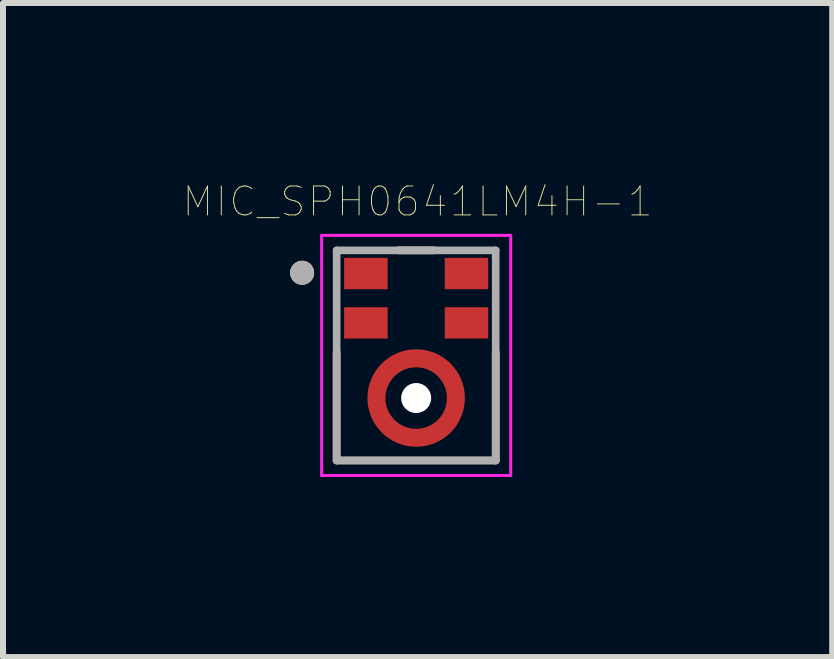
<source format=kicad_pcb>
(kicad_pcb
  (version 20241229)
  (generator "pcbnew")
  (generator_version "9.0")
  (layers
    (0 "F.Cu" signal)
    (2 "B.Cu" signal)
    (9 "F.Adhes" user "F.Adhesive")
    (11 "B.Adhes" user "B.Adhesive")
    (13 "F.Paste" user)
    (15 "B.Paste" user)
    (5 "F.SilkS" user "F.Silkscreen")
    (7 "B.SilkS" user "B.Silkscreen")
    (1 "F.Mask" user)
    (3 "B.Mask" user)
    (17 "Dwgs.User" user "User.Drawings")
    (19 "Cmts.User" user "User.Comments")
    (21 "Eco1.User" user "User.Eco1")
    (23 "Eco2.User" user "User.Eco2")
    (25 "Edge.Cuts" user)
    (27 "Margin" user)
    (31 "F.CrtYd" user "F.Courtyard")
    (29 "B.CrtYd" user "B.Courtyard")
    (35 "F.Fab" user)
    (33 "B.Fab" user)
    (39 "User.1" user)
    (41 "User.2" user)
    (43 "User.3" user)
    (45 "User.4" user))
  (footprint "MIC_SPH0641LM4H-1"
    (layer "F.Cu")
    (at 3.883 2.871)
    (property "Reference" "MIC_SPH0641LM4H-1" (at 0.024 -2.563 0) (layer "F.SilkS") (effects (font (size 0.482 0.482) (thickness 0.015))))
    (attr through_hole)
    (fp_circle (center 0 0.71) (end 0.662 0.71) (stroke (width 0.3) (type solid)) (fill no) (layer "F.Cu"))
    (fp_circle (center 0 0.7) (end 0.662 0.7) (stroke (width 0.5) (type solid)) (fill no) (layer "F.Mask"))
    (fp_line (start -1.325 -0.05) (end -1.325 1.75) (stroke (width 0.127) (type solid)) (layer "F.SilkS"))
    (fp_line (start -1.325 1.75) (end 1.325 1.75) (stroke (width 0.127) (type solid)) (layer "F.SilkS"))
    (fp_line (start 0.3 -1.75) (end -0.3 -1.75) (stroke (width 0.127) (type solid)) (layer "F.SilkS"))
    (fp_line (start 1.325 1.75) (end 1.325 -0.05) (stroke (width 0.127) (type solid)) (layer "F.SilkS"))
    (fp_circle (center -1.9 -1.377) (end -1.8 -1.377) (stroke (width 0.2) (type solid)) (fill no) (layer "F.SilkS"))
    (fp_poly (pts (xy -0.426 0.995) (xy -0.438 0.978) (xy -0.449 0.96) (xy -0.458 0.943) (xy -0.468 0.925) (xy -0.476 0.906) (xy -0.484 0.887) (xy -0.491 0.868) (xy -0.497 0.849) (xy -0.502 0.829) (xy -0.506 0.81) (xy -0.51 0.79) (xy -0.513 0.77) (xy -0.515 0.75) (xy -0.516 0.729) (xy -0.517 0.709) (xy -0.516 0.689) (xy -0.515 0.669) (xy -0.513 0.649) (xy -0.51 0.628) (xy -0.506 0.609) (xy -0.502 0.589) (xy -0.497 0.569) (xy -0.491 0.55) (xy -0.484 0.531) (xy -0.476 0.512) (xy -0.468 0.494) (xy -0.458 0.476) (xy -0.449 0.458) (xy -0.438 0.441) (xy -0.427 0.424) (xy -0.64 0.211) (xy -0.661 0.24) (xy -0.681 0.27) (xy -0.7 0.3) (xy -0.718 0.332) (xy -0.734 0.364) (xy -0.748 0.396) (xy -0.761 0.43) (xy -0.773 0.463) (xy -0.783 0.498) (xy -0.792 0.532) (xy -0.799 0.568) (xy -0.804 0.603) (xy -0.808 0.638) (xy -0.811 0.674) (xy -0.812 0.71) (xy -0.811 0.746) (xy -0.808 0.782) (xy -0.804 0.817) (xy -0.799 0.852) (xy -0.792 0.888) (xy -0.783 0.922) (xy -0.773 0.957) (xy -0.761 0.99) (xy -0.748 1.024) (xy -0.734 1.056) (xy -0.718 1.088) (xy -0.7 1.12) (xy -0.681 1.15) (xy -0.661 1.18) (xy -0.64 1.209) (xy -0.426 0.995)) (stroke (width 0.001) (type solid)) (fill yes) (layer "F.Paste"))
    (fp_poly (pts (xy -0.286 0.283) (xy -0.269 0.272) (xy -0.252 0.261) (xy -0.234 0.252) (xy -0.216 0.242) (xy -0.198 0.234) (xy -0.179 0.226) (xy -0.16 0.219) (xy -0.141 0.213) (xy -0.121 0.208) (xy -0.101 0.204) (xy -0.082 0.2) (xy -0.061 0.197) (xy -0.041 0.195) (xy -0.021 0.194) (xy -0.001 0.193) (xy 0.019 0.194) (xy 0.04 0.195) (xy 0.06 0.197) (xy 0.08 0.2) (xy 0.1 0.204) (xy 0.119 0.208) (xy 0.139 0.213) (xy 0.158 0.219) (xy 0.177 0.226) (xy 0.196 0.234) (xy 0.215 0.242) (xy 0.233 0.252) (xy 0.25 0.261) (xy 0.268 0.272) (xy 0.285 0.284) (xy 0.499 0.07) (xy 0.47 0.049) (xy 0.44 0.029) (xy 0.41 0.01) (xy 0.378 -0.008) (xy 0.346 -0.024) (xy 0.314 -0.038) (xy 0.28 -0.051) (xy 0.247 -0.063) (xy 0.212 -0.073) (xy 0.178 -0.082) (xy 0.142 -0.089) (xy 0.107 -0.094) (xy 0.072 -0.098) (xy 0.036 -0.101) (xy 0 -0.102) (xy -0.036 -0.101) (xy -0.072 -0.098) (xy -0.107 -0.094) (xy -0.142 -0.089) (xy -0.178 -0.082) (xy -0.212 -0.073) (xy -0.247 -0.063) (xy -0.28 -0.051) (xy -0.314 -0.038) (xy -0.346 -0.024) (xy -0.378 -0.008) (xy -0.41 0.01) (xy -0.44 0.029) (xy -0.47 0.049) (xy -0.499 0.07) (xy -0.286 0.283)) (stroke (width 0.001) (type solid)) (fill yes) (layer "F.Paste"))
    (fp_poly (pts (xy 0.286 1.138) (xy 0.271 1.148) (xy 0.253 1.159) (xy 0.236 1.169) (xy 0.217 1.178) (xy 0.199 1.186) (xy 0.18 1.194) (xy 0.161 1.201) (xy 0.142 1.207) (xy 0.122 1.212) (xy 0.102 1.217) (xy 0.082 1.221) (xy 0.062 1.223) (xy 0.042 1.226) (xy 0.022 1.227) (xy 0.002 1.227) (xy -0.019 1.227) (xy -0.039 1.226) (xy -0.059 1.223) (xy -0.079 1.221) (xy -0.099 1.217) (xy -0.119 1.212) (xy -0.138 1.207) (xy -0.158 1.201) (xy -0.177 1.194) (xy -0.196 1.186) (xy -0.214 1.178) (xy -0.232 1.169) (xy -0.25 1.159) (xy -0.267 1.148) (xy -0.285 1.136) (xy -0.499 1.35) (xy -0.47 1.371) (xy -0.44 1.391) (xy -0.41 1.41) (xy -0.378 1.428) (xy -0.346 1.444) (xy -0.314 1.458) (xy -0.28 1.471) (xy -0.247 1.483) (xy -0.212 1.493) (xy -0.178 1.502) (xy -0.142 1.509) (xy -0.107 1.514) (xy -0.072 1.518) (xy -0.036 1.521) (xy 0 1.522) (xy 0.036 1.521) (xy 0.072 1.518) (xy 0.107 1.514) (xy 0.142 1.509) (xy 0.178 1.502) (xy 0.212 1.493) (xy 0.247 1.483) (xy 0.28 1.471) (xy 0.314 1.458) (xy 0.346 1.444) (xy 0.378 1.428) (xy 0.41 1.41) (xy 0.44 1.391) (xy 0.47 1.371) (xy 0.499 1.35) (xy 0.286 1.138)) (stroke (width 0.001) (type solid)) (fill yes) (layer "F.Paste"))
    (fp_poly (pts (xy 0.426 0.425) (xy 0.438 0.443) (xy 0.449 0.46) (xy 0.459 0.478) (xy 0.468 0.496) (xy 0.476 0.514) (xy 0.484 0.533) (xy 0.491 0.552) (xy 0.497 0.572) (xy 0.502 0.591) (xy 0.507 0.611) (xy 0.511 0.631) (xy 0.513 0.651) (xy 0.516 0.671) (xy 0.517 0.691) (xy 0.517 0.712) (xy 0.517 0.732) (xy 0.516 0.752) (xy 0.513 0.772) (xy 0.511 0.792) (xy 0.507 0.812) (xy 0.502 0.832) (xy 0.497 0.852) (xy 0.491 0.871) (xy 0.484 0.89) (xy 0.476 0.909) (xy 0.468 0.927) (xy 0.459 0.946) (xy 0.449 0.963) (xy 0.438 0.981) (xy 0.428 0.996) (xy 0.64 1.209) (xy 0.661 1.18) (xy 0.681 1.15) (xy 0.7 1.12) (xy 0.718 1.088) (xy 0.734 1.056) (xy 0.748 1.024) (xy 0.761 0.99) (xy 0.773 0.957) (xy 0.783 0.922) (xy 0.792 0.888) (xy 0.799 0.852) (xy 0.804 0.817) (xy 0.808 0.782) (xy 0.811 0.746) (xy 0.812 0.71) (xy 0.811 0.674) (xy 0.808 0.638) (xy 0.804 0.603) (xy 0.799 0.568) (xy 0.792 0.532) (xy 0.783 0.498) (xy 0.773 0.463) (xy 0.761 0.43) (xy 0.748 0.396) (xy 0.734 0.364) (xy 0.718 0.332) (xy 0.7 0.3) (xy 0.681 0.27) (xy 0.661 0.24) (xy 0.64 0.211) (xy 0.426 0.425)) (stroke (width 0.001) (type solid)) (fill yes) (layer "F.Paste"))
    (fp_line (start -1.575 -2) (end -1.575 2) (stroke (width 0.05) (type solid)) (layer "F.CrtYd"))
    (fp_line (start -1.575 2) (end 1.575 2) (stroke (width 0.05) (type solid)) (layer "F.CrtYd"))
    (fp_line (start 1.575 -2) (end -1.575 -2) (stroke (width 0.05) (type solid)) (layer "F.CrtYd"))
    (fp_line (start 1.575 2) (end 1.575 -2) (stroke (width 0.05) (type solid)) (layer "F.CrtYd"))
    (fp_line (start -1.325 -1.75) (end -1.325 1.75) (stroke (width 0.127) (type solid)) (layer "F.Fab"))
    (fp_line (start -1.325 1.75) (end 1.325 1.75) (stroke (width 0.127) (type solid)) (layer "F.Fab"))
    (fp_line (start 1.325 -1.75) (end -1.325 -1.75) (stroke (width 0.127) (type solid)) (layer "F.Fab"))
    (fp_line (start 1.325 1.75) (end 1.325 -1.75) (stroke (width 0.127) (type solid)) (layer "F.Fab"))
    (fp_circle (center -1.9 -1.377) (end -1.8 -1.377) (stroke (width 0.2) (type solid)) (fill no) (layer "F.Fab"))
    (pad "" np_thru_hole circle (at 0 0.71) (size 0.5 0.5) (drill 0.5) (layers "*.Cu" "*.Mask"))
    (pad "1" smd rect (at -0.838 -1.364) (size 0.725 0.522) (layers "F.Cu" "F.Mask" "F.Paste"))
    (pad "2" smd rect (at -0.838 -0.542) (size 0.725 0.522) (layers "F.Cu" "F.Mask" "F.Paste"))
    (pad "3" smd rect (at -0.657 0.715) (size 0.1 0.1) (layers "F.Cu"))
    (pad "4" smd rect (at 0.838 -0.542) (size 0.725 0.522) (layers "F.Cu" "F.Mask" "F.Paste"))
    (pad "5" smd rect (at 0.838 -1.364) (size 0.725 0.522) (layers "F.Cu" "F.Mask" "F.Paste")))
  (gr_rect
    (start -3 -3)
    (end 10.814 7.896)
    (stroke (width 0.1) (type default))
    (fill no)
    (layer "Edge.Cuts")))
</source>
